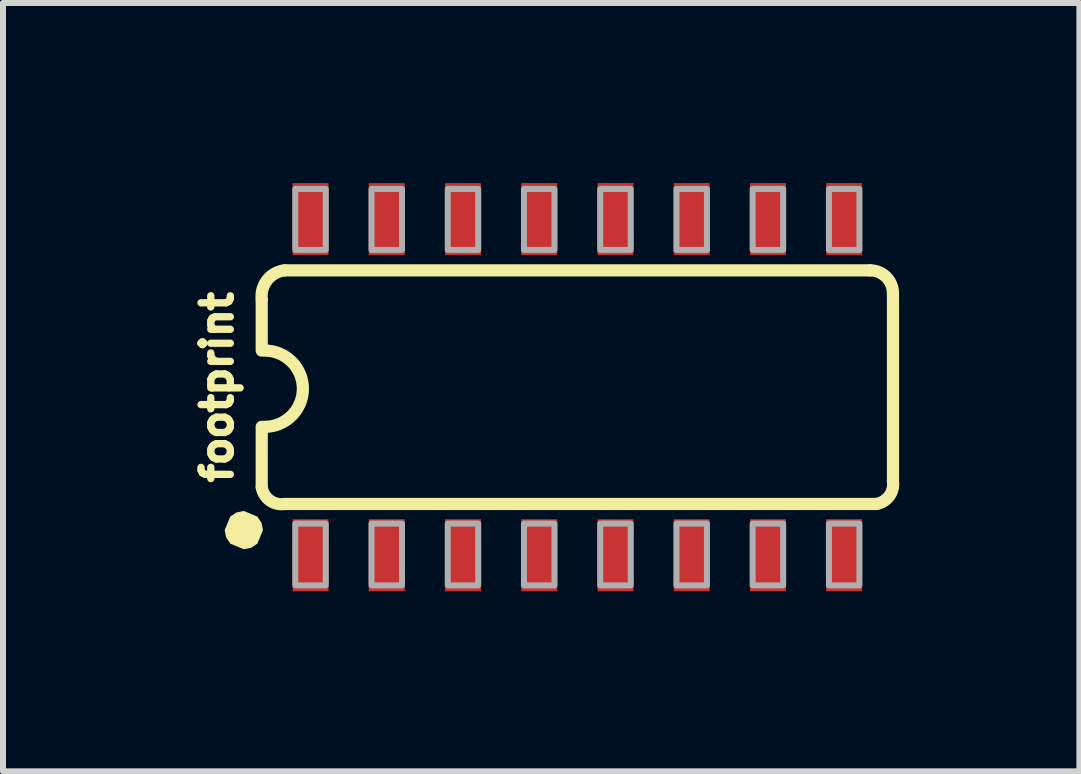
<source format=kicad_pcb>
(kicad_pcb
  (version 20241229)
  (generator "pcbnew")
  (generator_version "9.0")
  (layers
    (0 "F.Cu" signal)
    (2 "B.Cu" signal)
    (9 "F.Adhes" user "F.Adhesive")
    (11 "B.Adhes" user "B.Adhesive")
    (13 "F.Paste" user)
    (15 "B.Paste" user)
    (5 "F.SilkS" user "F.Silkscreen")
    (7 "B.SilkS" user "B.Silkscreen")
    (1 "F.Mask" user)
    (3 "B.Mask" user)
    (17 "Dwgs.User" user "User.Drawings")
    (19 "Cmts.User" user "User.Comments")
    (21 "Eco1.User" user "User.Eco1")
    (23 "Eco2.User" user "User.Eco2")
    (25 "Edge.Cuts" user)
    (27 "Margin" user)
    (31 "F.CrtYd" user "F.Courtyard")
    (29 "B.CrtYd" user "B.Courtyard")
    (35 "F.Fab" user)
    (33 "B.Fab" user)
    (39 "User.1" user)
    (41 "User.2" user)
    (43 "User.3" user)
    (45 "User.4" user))
  (footprint "footprint"
    (layer "F.Cu")
    (at 6.568 3.4)
    (property "Reference" "footprint" (at -5.715 0 90) (layer "F.SilkS") (effects (font (size 0.488 0.488) (thickness 0.122)) (justify bottom)))
    (fp_line (start -5.258 -1.453) (end -5.258 -0.61) (stroke (width 0.203) (type solid)) (layer "F.SilkS"))
    (fp_line (start -5.258 1.665) (end -5.258 0.66) (stroke (width 0.203) (type solid)) (layer "F.SilkS"))
    (fp_line (start -4.877 1.946) (end 4.977 1.946) (stroke (width 0.203) (type solid)) (layer "F.SilkS"))
    (fp_line (start 4.877 -1.946) (end -4.877 -1.946) (stroke (width 0.203) (type solid)) (layer "F.SilkS"))
    (fp_line (start 5.258 1.565) (end 5.258 -1.565) (stroke (width 0.203) (type solid)) (layer "F.SilkS"))
    (fp_arc (start -5.2578 -1.4653) (mid -5.166948 -1.784731) (end -4.8768 -1.9463) (stroke (width 0.2032) (type solid)) (layer "F.SilkS"))
    (fp_arc (start -5.207 -0.6096) (mid -4.572 0.0254) (end -5.207 0.6604) (stroke (width 0.2032) (type solid)) (layer "F.SilkS"))
    (fp_arc (start -4.876799 1.946301) (mid -5.12554 1.884767) (end -5.2578 1.6653) (stroke (width 0.2032) (type solid)) (layer "F.SilkS"))
    (fp_arc (start 4.8768 -1.9463) (mid 5.146237 -1.834736) (end 5.2578 -1.565298) (stroke (width 0.2032) (type solid)) (layer "F.SilkS"))
    (fp_arc (start 5.2578 1.5653) (mid 5.196208 1.813997) (end 4.9768 1.9463) (stroke (width 0.2032) (type solid)) (layer "F.SilkS"))
    (fp_poly (pts (xy -5.331 2.156) (xy -5.262 2.259) (xy -5.237 2.381) (xy -5.331 2.607) (xy -5.434 2.676) (xy -5.556 2.7) (xy -5.782 2.607) (xy -5.851 2.503) (xy -5.875 2.381) (xy -5.782 2.156) (xy -5.678 2.087) (xy -5.556 2.062)) (stroke (width 0) (type solid)) (fill yes) (layer "F.SilkS"))
    (fp_poly (pts (xy -4.699 -2.286) (xy -4.191 -2.286) (xy -4.191 -3.302) (xy -4.699 -3.302)) (stroke (width 0.1) (type solid)) (fill no) (layer "F.Fab"))
    (fp_poly (pts (xy -4.699 3.302) (xy -4.191 3.302) (xy -4.191 2.273) (xy -4.699 2.273)) (stroke (width 0.1) (type solid)) (fill no) (layer "F.Fab"))
    (fp_poly (pts (xy -3.429 -2.286) (xy -2.921 -2.286) (xy -2.921 -3.302) (xy -3.429 -3.302)) (stroke (width 0.1) (type solid)) (fill no) (layer "F.Fab"))
    (fp_poly (pts (xy -3.429 3.302) (xy -2.921 3.302) (xy -2.921 2.273) (xy -3.429 2.273)) (stroke (width 0.1) (type solid)) (fill no) (layer "F.Fab"))
    (fp_poly (pts (xy -2.159 -2.286) (xy -1.651 -2.286) (xy -1.651 -3.302) (xy -2.159 -3.302)) (stroke (width 0.1) (type solid)) (fill no) (layer "F.Fab"))
    (fp_poly (pts (xy -2.159 3.302) (xy -1.651 3.302) (xy -1.651 2.273) (xy -2.159 2.273)) (stroke (width 0.1) (type solid)) (fill no) (layer "F.Fab"))
    (fp_poly (pts (xy -0.889 -2.286) (xy -0.381 -2.286) (xy -0.381 -3.302) (xy -0.889 -3.302)) (stroke (width 0.1) (type solid)) (fill no) (layer "F.Fab"))
    (fp_poly (pts (xy -0.889 3.302) (xy -0.381 3.302) (xy -0.381 2.273) (xy -0.889 2.273)) (stroke (width 0.1) (type solid)) (fill no) (layer "F.Fab"))
    (fp_poly (pts (xy 0.381 -2.286) (xy 0.889 -2.286) (xy 0.889 -3.302) (xy 0.381 -3.302)) (stroke (width 0.1) (type solid)) (fill no) (layer "F.Fab"))
    (fp_poly (pts (xy 0.381 3.302) (xy 0.889 3.302) (xy 0.889 2.273) (xy 0.381 2.273)) (stroke (width 0.1) (type solid)) (fill no) (layer "F.Fab"))
    (fp_poly (pts (xy 1.651 -2.286) (xy 2.159 -2.286) (xy 2.159 -3.302) (xy 1.651 -3.302)) (stroke (width 0.1) (type solid)) (fill no) (layer "F.Fab"))
    (fp_poly (pts (xy 1.651 3.302) (xy 2.159 3.302) (xy 2.159 2.273) (xy 1.651 2.273)) (stroke (width 0.1) (type solid)) (fill no) (layer "F.Fab"))
    (fp_poly (pts (xy 2.921 -2.286) (xy 3.429 -2.286) (xy 3.429 -3.302) (xy 2.921 -3.302)) (stroke (width 0.1) (type solid)) (fill no) (layer "F.Fab"))
    (fp_poly (pts (xy 2.921 3.302) (xy 3.429 3.302) (xy 3.429 2.273) (xy 2.921 2.273)) (stroke (width 0.1) (type solid)) (fill no) (layer "F.Fab"))
    (fp_poly (pts (xy 4.191 -2.286) (xy 4.699 -2.286) (xy 4.699 -3.302) (xy 4.191 -3.302)) (stroke (width 0.1) (type solid)) (fill no) (layer "F.Fab"))
    (fp_poly (pts (xy 4.191 3.302) (xy 4.699 3.302) (xy 4.699 2.273) (xy 4.191 2.273)) (stroke (width 0.1) (type solid)) (fill no) (layer "F.Fab"))
    (pad "1" smd rect (at -4.445 2.8) (size 0.6 1.2) (layers "F.Cu" "F.Mask" "F.Paste"))
    (pad "2" smd rect (at -3.175 2.8) (size 0.6 1.2) (layers "F.Cu" "F.Mask" "F.Paste"))
    (pad "3" smd rect (at -1.905 2.8) (size 0.6 1.2) (layers "F.Cu" "F.Mask" "F.Paste"))
    (pad "4" smd rect (at -0.635 2.8) (size 0.6 1.2) (layers "F.Cu" "F.Mask" "F.Paste"))
    (pad "5" smd rect (at 0.635 2.8) (size 0.6 1.2) (layers "F.Cu" "F.Mask" "F.Paste"))
    (pad "6" smd rect (at 1.905 2.8) (size 0.6 1.2) (layers "F.Cu" "F.Mask" "F.Paste"))
    (pad "7" smd rect (at 3.175 2.8) (size 0.6 1.2) (layers "F.Cu" "F.Mask" "F.Paste"))
    (pad "8" smd rect (at 4.445 2.8) (size 0.6 1.2) (layers "F.Cu" "F.Mask" "F.Paste"))
    (pad "9" smd rect (at 4.445 -2.8) (size 0.6 1.2) (layers "F.Cu" "F.Mask" "F.Paste"))
    (pad "10" smd rect (at 3.175 -2.8) (size 0.6 1.2) (layers "F.Cu" "F.Mask" "F.Paste"))
    (pad "11" smd rect (at 1.905 -2.8) (size 0.6 1.2) (layers "F.Cu" "F.Mask" "F.Paste"))
    (pad "12" smd rect (at 0.635 -2.8) (size 0.6 1.2) (layers "F.Cu" "F.Mask" "F.Paste"))
    (pad "13" smd rect (at -0.635 -2.8) (size 0.6 1.2) (layers "F.Cu" "F.Mask" "F.Paste"))
    (pad "14" smd rect (at -1.905 -2.8) (size 0.6 1.2) (layers "F.Cu" "F.Mask" "F.Paste"))
    (pad "15" smd rect (at -3.175 -2.8) (size 0.6 1.2) (layers "F.Cu" "F.Mask" "F.Paste"))
    (pad "16" smd rect (at -4.445 -2.8) (size 0.6 1.2) (layers "F.Cu" "F.Mask" "F.Paste")))
  (gr_rect
    (start -3 -3)
    (end 14.932 9.8)
    (stroke (width 0.1) (type default))
    (fill no)
    (layer "Edge.Cuts")))
</source>
